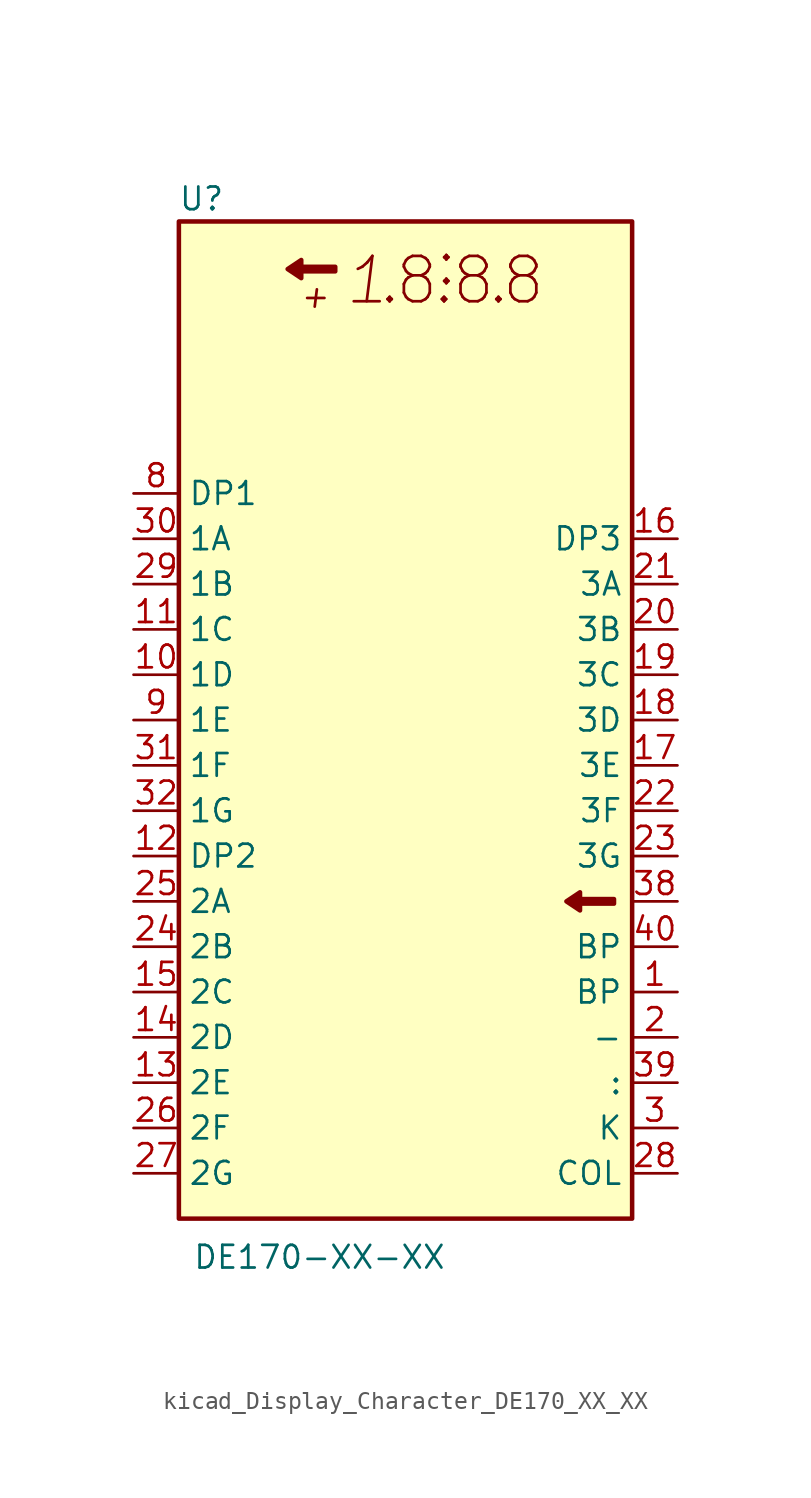
<source format=kicad_sym>
(kicad_symbol_lib
  (version 20220914)
  (generator kicad_symbol_editor)
  (symbol "kicad_Display_Character_DE170_XX_XX"
    (property "Reference" "U"
      (at -11.43 29.21 0)
      (effects (font (size 1.27 1.27))))
    (property "Value" "DE170-XX-XX"
      (at -11.938 -30.099 0)
      (effects (font (size 1.27 1.27)) (justify left)))
    (symbol "kicad_Display_Character_DE170_XX_XX_0_0"
      (text "+" (at -5.08 23.749 0) (effects (font (size 1.27 1.27) italic)))
      (text "." (at -0.889 24.638 0) (effects (font (size 2.54 2.54))))
      (text "." (at 2.159 24.638 0) (effects (font (size 2.54 2.54))))
      (text "." (at 5.207 24.638 0) (effects (font (size 2.54 2.54))))
      (text "1" (at -2.159 24.638 0) (effects (font (size 2.54 2.54) italic)))
      (text "8" (at 0.635 24.638 0) (effects (font (size 2.54 2.54))))
      (text "8" (at 3.81 24.638 0) (effects (font (size 2.54 2.54))))
      (text "8" (at 6.604 24.638 0) (effects (font (size 2.54 2.54))))
      (text ":" (at 2.286 25.654 0) (effects (font (size 2.54 2.54)))))
    (symbol "kicad_Display_Character_DE170_XX_XX_0_1"
      (rectangle (start -12.7 27.94) (end 12.7 -27.94) (stroke (width 0.254) (type default)) (fill (type background)))
      (polyline (pts (xy -3.937 25.4) (xy -3.937 25.146) (xy -5.842 25.146) (xy -5.842 24.765) (xy -6.604 25.273) (xy -5.842 25.781) (xy -5.842 25.4) (xy -3.937 25.4)) (stroke (width 0.254) (type default)) (fill (type outline)))
      (polyline (pts (xy 11.684 -10.033) (xy 11.684 -10.287) (xy 9.779 -10.287) (xy 9.779 -10.668) (xy 9.017 -10.16) (xy 9.779 -9.652) (xy 9.779 -10.033) (xy 11.684 -10.033)) (stroke (width 0.254) (type default)) (fill (type outline))))
    (symbol "kicad_Display_Character_DE170_XX_XX_1_1"
      (pin input line (at 15.24 -15.24 180) (length 2.54) (name "BP" (effects (font (size 1.27 1.27)))) (number "1" (effects (font (size 1.27 1.27)))))
      (pin input line (at -15.24 2.54 0) (length 2.54) (name "1D" (effects (font (size 1.27 1.27)))) (number "10" (effects (font (size 1.27 1.27)))))
      (pin input line (at -15.24 5.08 0) (length 2.54) (name "1C" (effects (font (size 1.27 1.27)))) (number "11" (effects (font (size 1.27 1.27)))))
      (pin input line (at -15.24 -7.62 0) (length 2.54) (name "DP2" (effects (font (size 1.27 1.27)))) (number "12" (effects (font (size 1.27 1.27)))))
      (pin input line (at -15.24 -20.32 0) (length 2.54) (name "2E" (effects (font (size 1.27 1.27)))) (number "13" (effects (font (size 1.27 1.27)))))
      (pin input line (at -15.24 -17.78 0) (length 2.54) (name "2D" (effects (font (size 1.27 1.27)))) (number "14" (effects (font (size 1.27 1.27)))))
      (pin input line (at -15.24 -15.24 0) (length 2.54) (name "2C" (effects (font (size 1.27 1.27)))) (number "15" (effects (font (size 1.27 1.27)))))
      (pin input line (at 15.24 10.16 180) (length 2.54) (name "DP3" (effects (font (size 1.27 1.27)))) (number "16" (effects (font (size 1.27 1.27)))))
      (pin input line (at 15.24 -2.54 180) (length 2.54) (name "3E" (effects (font (size 1.27 1.27)))) (number "17" (effects (font (size 1.27 1.27)))))
      (pin input line (at 15.24 0 180) (length 2.54) (name "3D" (effects (font (size 1.27 1.27)))) (number "18" (effects (font (size 1.27 1.27)))))
      (pin input line (at 15.24 2.54 180) (length 2.54) (name "3C" (effects (font (size 1.27 1.27)))) (number "19" (effects (font (size 1.27 1.27)))))
      (pin input line (at 15.24 -17.78 180) (length 2.54) (name "-" (effects (font (size 1.27 1.27)))) (number "2" (effects (font (size 1.27 1.27)))))
      (pin input line (at 15.24 5.08 180) (length 2.54) (name "3B" (effects (font (size 1.27 1.27)))) (number "20" (effects (font (size 1.27 1.27)))))
      (pin input line (at 15.24 7.62 180) (length 2.54) (name "3A" (effects (font (size 1.27 1.27)))) (number "21" (effects (font (size 1.27 1.27)))))
      (pin input line (at 15.24 -5.08 180) (length 2.54) (name "3F" (effects (font (size 1.27 1.27)))) (number "22" (effects (font (size 1.27 1.27)))))
      (pin input line (at 15.24 -7.62 180) (length 2.54) (name "3G" (effects (font (size 1.27 1.27)))) (number "23" (effects (font (size 1.27 1.27)))))
      (pin input line (at -15.24 -12.7 0) (length 2.54) (name "2B" (effects (font (size 1.27 1.27)))) (number "24" (effects (font (size 1.27 1.27)))))
      (pin input line (at -15.24 -10.16 0) (length 2.54) (name "2A" (effects (font (size 1.27 1.27)))) (number "25" (effects (font (size 1.27 1.27)))))
      (pin input line (at -15.24 -22.86 0) (length 2.54) (name "2F" (effects (font (size 1.27 1.27)))) (number "26" (effects (font (size 1.27 1.27)))))
      (pin input line (at -15.24 -25.4 0) (length 2.54) (name "2G" (effects (font (size 1.27 1.27)))) (number "27" (effects (font (size 1.27 1.27)))))
      (pin input line (at 15.24 -25.4 180) (length 2.54) (name "COL" (effects (font (size 1.27 1.27)))) (number "28" (effects (font (size 1.27 1.27)))))
      (pin input line (at -15.24 7.62 0) (length 2.54) (name "1B" (effects (font (size 1.27 1.27)))) (number "29" (effects (font (size 1.27 1.27)))))
      (pin input line (at 15.24 -22.86 180) (length 2.54) (name "K" (effects (font (size 1.27 1.27)))) (number "3" (effects (font (size 1.27 1.27)))))
      (pin input line (at -15.24 10.16 0) (length 2.54) (name "1A" (effects (font (size 1.27 1.27)))) (number "30" (effects (font (size 1.27 1.27)))))
      (pin input line (at -15.24 -2.54 0) (length 2.54) (name "1F" (effects (font (size 1.27 1.27)))) (number "31" (effects (font (size 1.27 1.27)))))
      (pin input line (at -15.24 -5.08 0) (length 2.54) (name "1G" (effects (font (size 1.27 1.27)))) (number "32" (effects (font (size 1.27 1.27)))))
      (pin no_connect line (at 12.7 12.7 180) (length 2.54) hide (name "NC" (effects (font (size 1.27 1.27)))) (number "33" (effects (font (size 1.27 1.27)))))
      (pin no_connect line (at 12.7 15.24 180) (length 2.54) hide (name "NC" (effects (font (size 1.27 1.27)))) (number "34" (effects (font (size 1.27 1.27)))))
      (pin no_connect line (at 12.7 17.78 180) (length 2.54) hide (name "NC" (effects (font (size 1.27 1.27)))) (number "35" (effects (font (size 1.27 1.27)))))
      (pin no_connect line (at 12.7 20.32 180) (length 2.54) hide (name "NC" (effects (font (size 1.27 1.27)))) (number "36" (effects (font (size 1.27 1.27)))))
      (pin no_connect line (at 12.7 22.86 180) (length 2.54) hide (name "NC" (effects (font (size 1.27 1.27)))) (number "37" (effects (font (size 1.27 1.27)))))
      (pin input line (at 15.24 -10.16 180) (length 2.54) (name "~" (effects (font (size 1.27 1.27)))) (number "38" (effects (font (size 1.27 1.27)))))
      (pin input line (at 15.24 -20.32 180) (length 2.54) (name ":" (effects (font (size 1.27 1.27)))) (number "39" (effects (font (size 1.27 1.27)))))
      (pin no_connect line (at -12.7 22.86 0) (length 2.54) hide (name "NC" (effects (font (size 1.27 1.27)))) (number "4" (effects (font (size 1.27 1.27)))))
      (pin input line (at 15.24 -12.7 180) (length 2.54) (name "BP" (effects (font (size 1.27 1.27)))) (number "40" (effects (font (size 1.27 1.27)))))
      (pin no_connect line (at -12.7 20.32 0) (length 2.54) hide (name "NC" (effects (font (size 1.27 1.27)))) (number "5" (effects (font (size 1.27 1.27)))))
      (pin no_connect line (at -12.7 17.78 0) (length 2.54) hide (name "NC" (effects (font (size 1.27 1.27)))) (number "6" (effects (font (size 1.27 1.27)))))
      (pin no_connect line (at -12.7 15.24 0) (length 2.54) hide (name "NC" (effects (font (size 1.27 1.27)))) (number "7" (effects (font (size 1.27 1.27)))))
      (pin input line (at -15.24 12.7 0) (length 2.54) (name "DP1" (effects (font (size 1.27 1.27)))) (number "8" (effects (font (size 1.27 1.27)))))
      (pin input line (at -15.24 0 0) (length 2.54) (name "1E" (effects (font (size 1.27 1.27)))) (number "9" (effects (font (size 1.27 1.27))))))))
</source>
